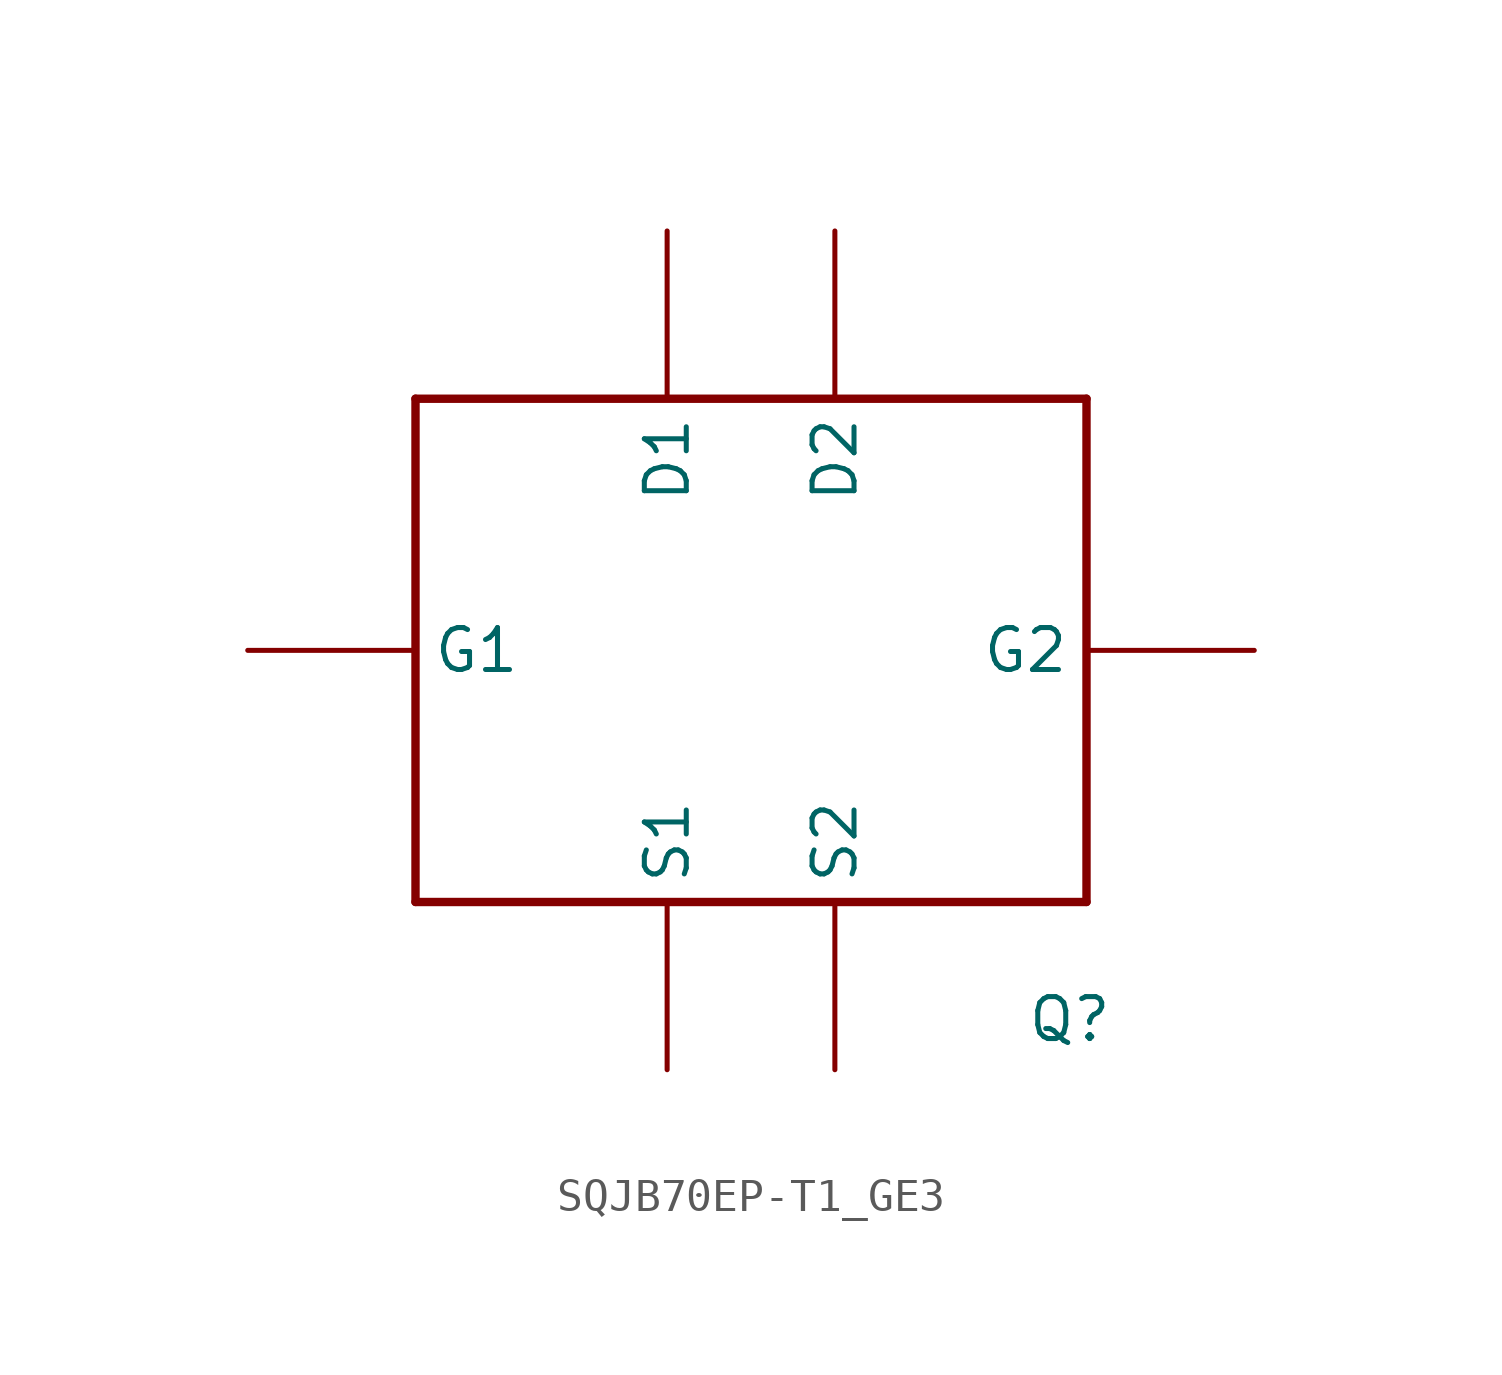
<source format=kicad_sym>
(kicad_symbol_lib
  (version 20231120)
  (generator "kicad_symbol_editor")
  (generator_version "8.0")
  (symbol "SQJB70EP-T1_GE3"
    (property "Reference" "Q"
      (at 9.652 -21.336 0)
      (effects (font (size 1.27 1.27))))
    (property "Value" ""
      (at 0 0 0)
      (effects (font (size 1.27 1.27))))
    (symbol "SQJB70EP-T1_GE3_1_0"
      (polyline (pts (xy -10.16 -17.78) (xy 10.16 -17.78)) (stroke (width 0.254) (type solid)) (fill (type none)))
      (polyline (pts (xy -10.16 -2.54) (xy -10.16 -17.78)) (stroke (width 0.254) (type solid)) (fill (type none)))
      (polyline (pts (xy 10.16 -17.78) (xy 10.16 -2.54)) (stroke (width 0.254) (type solid)) (fill (type none)))
      (polyline (pts (xy 10.16 -2.54) (xy -10.16 -2.54)) (stroke (width 0.254) (type solid)) (fill (type none)))
      (pin bidirectional line (at -15.24 -10.16 0) (length 5.08) (name "G1" (effects (font (size 1.27 1.27)))) (number "1" (effects (font (size 0 0)))))
      (pin bidirectional line (at -2.54 -22.86 90) (length 5.08) (name "S1" (effects (font (size 1.27 1.27)))) (number "2" (effects (font (size 0 0)))))
      (pin bidirectional line (at 2.54 -22.86 90) (length 5.08) (name "S2" (effects (font (size 1.27 1.27)))) (number "3" (effects (font (size 0 0)))))
      (pin bidirectional line (at 15.24 -10.16 180) (length 5.08) (name "G2" (effects (font (size 1.27 1.27)))) (number "4" (effects (font (size 0 0)))))
      (pin bidirectional line (at -2.54 2.54 270) (length 5.08) (name "D1" (effects (font (size 1.27 1.27)))) (number "5" (effects (font (size 0 0)))))
      (pin bidirectional line (at 2.54 2.54 270) (length 5.08) (name "D2" (effects (font (size 1.27 1.27)))) (number "6" (effects (font (size 0 0))))))))
</source>
